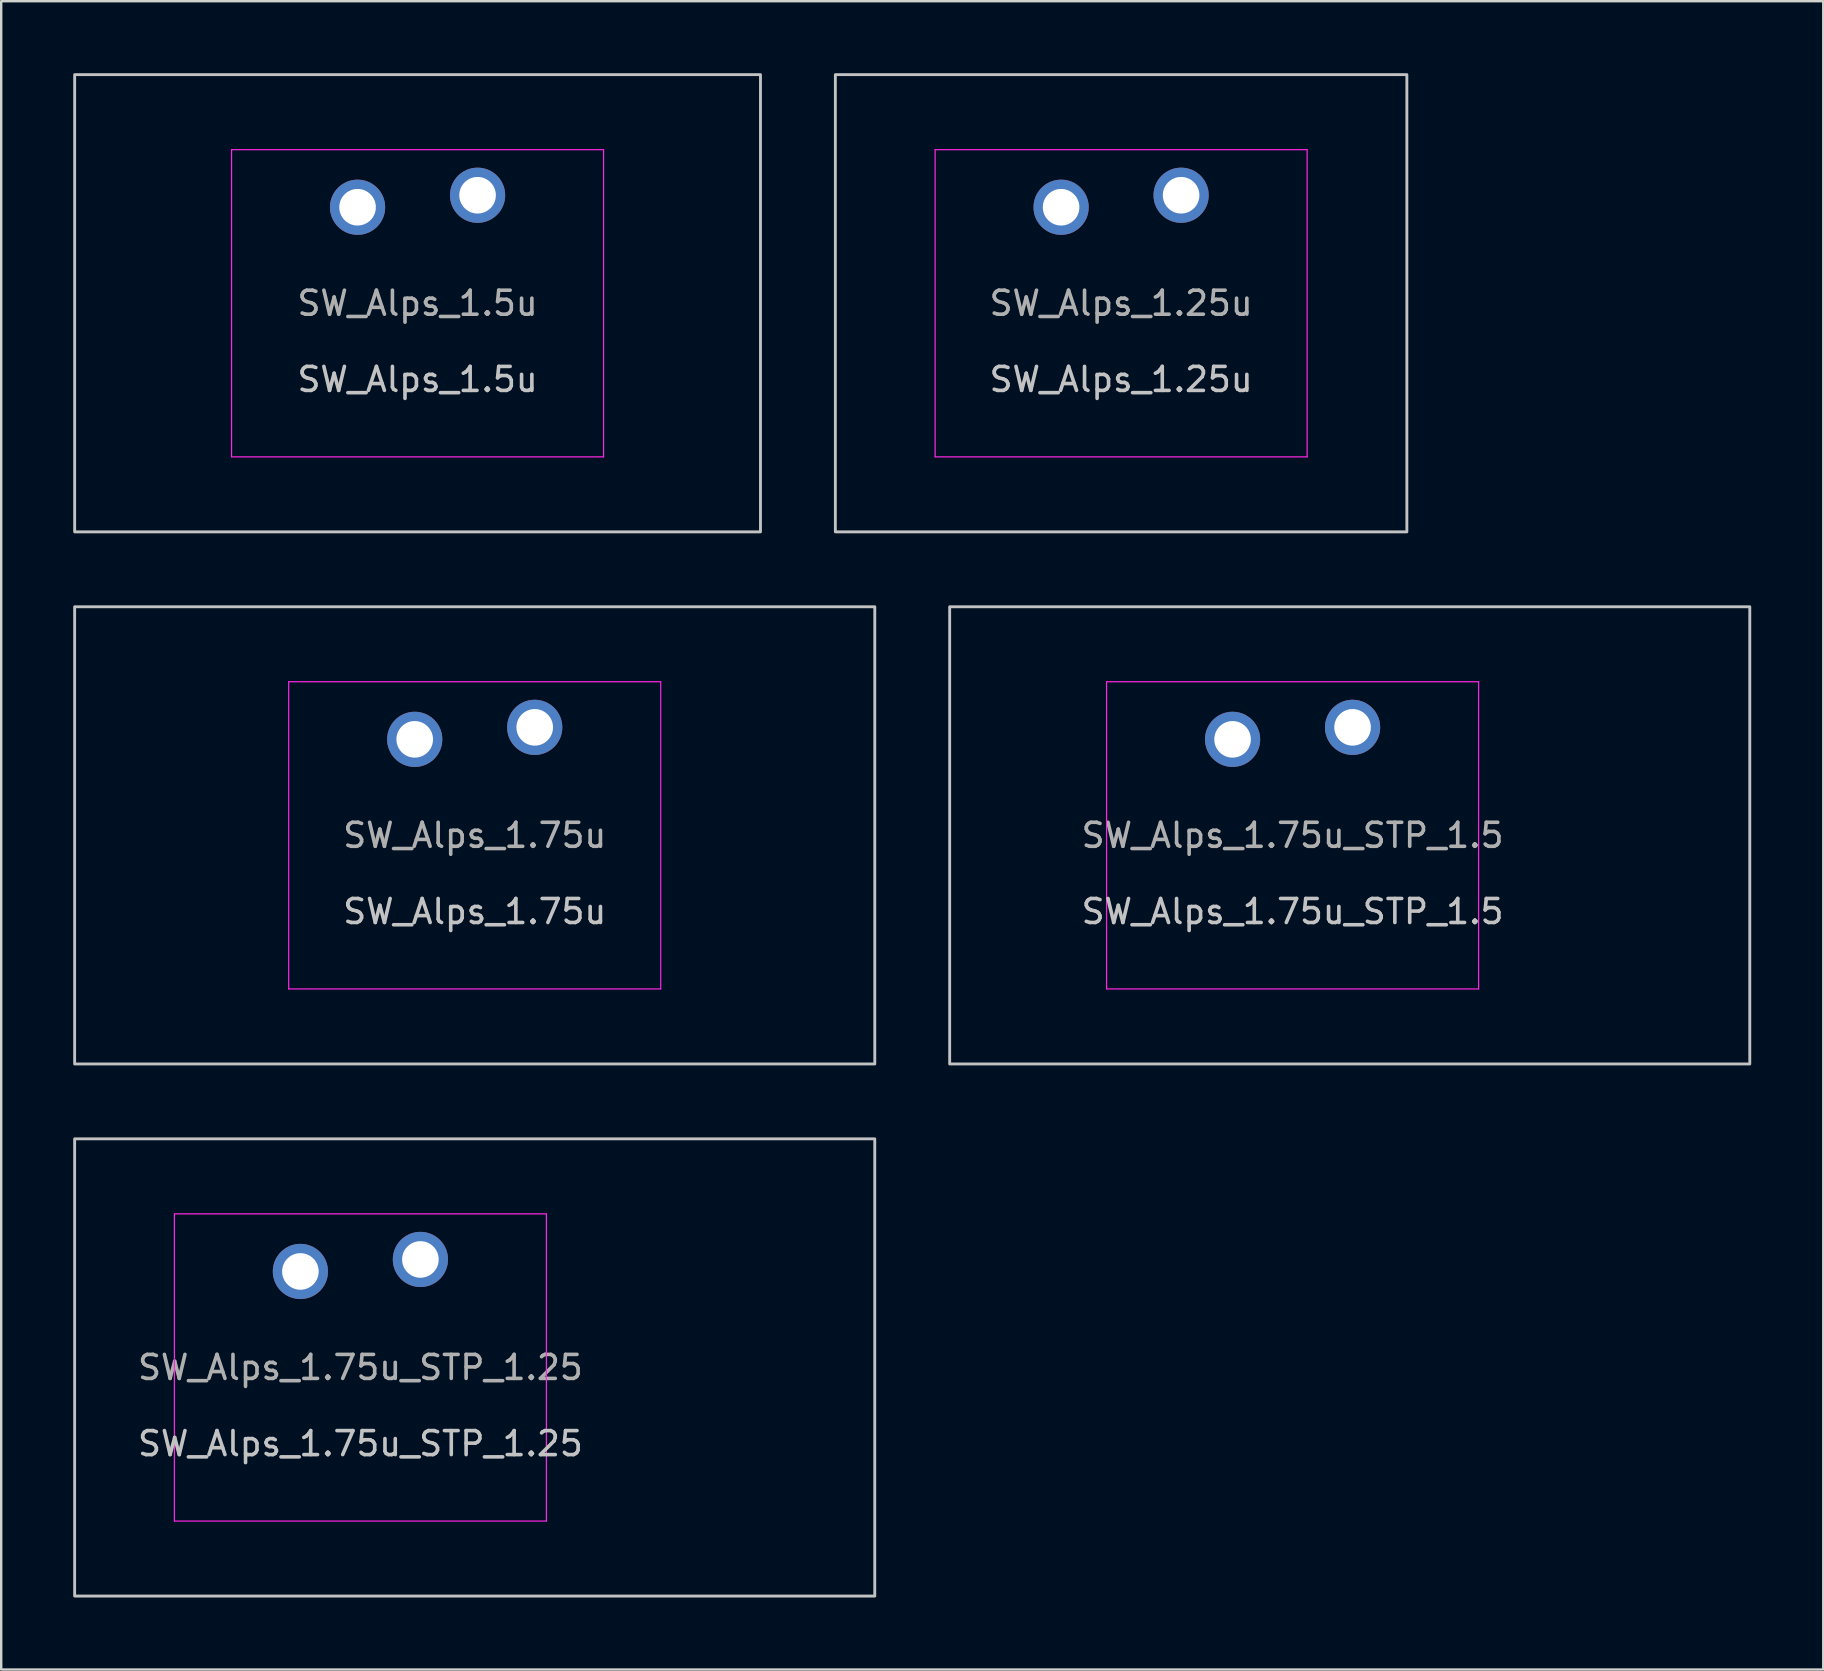
<source format=kicad_pcb>
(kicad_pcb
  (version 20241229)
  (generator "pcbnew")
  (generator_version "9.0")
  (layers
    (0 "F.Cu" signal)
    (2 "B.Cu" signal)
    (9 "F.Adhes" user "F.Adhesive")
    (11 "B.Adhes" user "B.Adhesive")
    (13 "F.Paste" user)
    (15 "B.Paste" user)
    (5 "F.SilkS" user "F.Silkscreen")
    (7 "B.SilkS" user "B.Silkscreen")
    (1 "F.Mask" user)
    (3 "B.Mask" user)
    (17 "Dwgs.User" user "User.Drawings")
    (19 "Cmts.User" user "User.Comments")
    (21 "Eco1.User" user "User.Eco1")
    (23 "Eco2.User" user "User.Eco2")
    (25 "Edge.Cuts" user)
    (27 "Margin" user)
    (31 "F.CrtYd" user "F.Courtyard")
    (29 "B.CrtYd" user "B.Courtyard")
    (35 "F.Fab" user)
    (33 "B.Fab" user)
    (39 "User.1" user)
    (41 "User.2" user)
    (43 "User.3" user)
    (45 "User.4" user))
  (footprint "SW_Alps_1.25u"
    (layer "F.Cu")
    (at 43.661 9.585)
    (property "Reference" "SW_Alps_1.25u" (at 0 3.175 0) (layer "Dwgs.User") (effects (font (size 1 1) (thickness 0.15))))
    (attr through_hole exclude_from_pos_files exclude_from_bom)
    (fp_rect (start -11.906 -9.525) (end 11.906 9.525) (stroke (width 0.12) (type solid)) (fill no) (layer "Dwgs.User"))
    (fp_line (start -7.75 -5.9) (end -7.75 5.9) (stroke (width 0.05) (type solid)) (layer "Eco2.User"))
    (fp_line (start -7.25 -6.4) (end 7.25 -6.4) (stroke (width 0.05) (type solid)) (layer "Eco2.User"))
    (fp_line (start -7.25 6.4) (end 7.25 6.4) (stroke (width 0.05) (type solid)) (layer "Eco2.User"))
    (fp_line (start 7.75 -5.9) (end 7.75 5.9) (stroke (width 0.05) (type solid)) (layer "Eco2.User"))
    (fp_arc (start -7.75 -5.9) (mid -7.603553 -6.253553) (end -7.25 -6.4) (stroke (width 0.05) (type solid)) (layer "Eco2.User"))
    (fp_arc (start -7.25 6.4) (mid -7.603553 6.253553) (end -7.75 5.9) (stroke (width 0.05) (type solid)) (layer "Eco2.User"))
    (fp_arc (start 7.25 -6.4) (mid 7.603553 -6.253553) (end 7.75 -5.9) (stroke (width 0.05) (type solid)) (layer "Eco2.User"))
    (fp_arc (start 7.75 5.9) (mid 7.603553 6.253553) (end 7.25 6.4) (stroke (width 0.05) (type solid)) (layer "Eco2.User"))
    (fp_line (start -7.75 -6.4) (end -7.75 6.4) (stroke (width 0.05) (type solid)) (layer "F.CrtYd"))
    (fp_line (start -7.75 6.4) (end 7.75 6.4) (stroke (width 0.05) (type solid)) (layer "F.CrtYd"))
    (fp_line (start 7.75 -6.4) (end -7.75 -6.4) (stroke (width 0.05) (type solid)) (layer "F.CrtYd"))
    (fp_line (start 7.75 6.4) (end 7.75 -6.4) (stroke (width 0.05) (type solid)) (layer "F.CrtYd"))
    (fp_text user "${REFERENCE}" (at 0 0 0) (layer "F.Fab") (effects (font (size 1 1) (thickness 0.15))))
    (pad "1" thru_hole circle (at -2.5 -4 318.1) (size 2.3 2.3) (drill 1.524) (layers "*.Cu" "B.Mask"))
    (pad "2" thru_hole circle (at 2.5 -4.5 176.1) (size 2.3 2.3) (drill 1.524) (layers "*.Cu" "B.Mask")))
  (footprint "SW_Alps_1.5u"
    (layer "F.Cu")
    (at 14.348 9.585)
    (property "Reference" "SW_Alps_1.5u" (at 0 3.175 0) (layer "Dwgs.User") (effects (font (size 1 1) (thickness 0.15))))
    (attr through_hole exclude_from_pos_files exclude_from_bom)
    (fp_rect (start -14.287 -9.525) (end 14.287 9.525) (stroke (width 0.12) (type solid)) (fill no) (layer "Dwgs.User"))
    (fp_line (start -7.75 -5.9) (end -7.75 5.9) (stroke (width 0.05) (type solid)) (layer "Eco2.User"))
    (fp_line (start -7.25 -6.4) (end 7.25 -6.4) (stroke (width 0.05) (type solid)) (layer "Eco2.User"))
    (fp_line (start -7.25 6.4) (end 7.25 6.4) (stroke (width 0.05) (type solid)) (layer "Eco2.User"))
    (fp_line (start 7.75 -5.9) (end 7.75 5.9) (stroke (width 0.05) (type solid)) (layer "Eco2.User"))
    (fp_arc (start -7.75 -5.9) (mid -7.603553 -6.253553) (end -7.25 -6.4) (stroke (width 0.05) (type solid)) (layer "Eco2.User"))
    (fp_arc (start -7.25 6.4) (mid -7.603553 6.253553) (end -7.75 5.9) (stroke (width 0.05) (type solid)) (layer "Eco2.User"))
    (fp_arc (start 7.25 -6.4) (mid 7.603553 -6.253553) (end 7.75 -5.9) (stroke (width 0.05) (type solid)) (layer "Eco2.User"))
    (fp_arc (start 7.75 5.9) (mid 7.603553 6.253553) (end 7.25 6.4) (stroke (width 0.05) (type solid)) (layer "Eco2.User"))
    (fp_line (start -7.75 -6.4) (end -7.75 6.4) (stroke (width 0.05) (type solid)) (layer "F.CrtYd"))
    (fp_line (start -7.75 6.4) (end 7.75 6.4) (stroke (width 0.05) (type solid)) (layer "F.CrtYd"))
    (fp_line (start 7.75 -6.4) (end -7.75 -6.4) (stroke (width 0.05) (type solid)) (layer "F.CrtYd"))
    (fp_line (start 7.75 6.4) (end 7.75 -6.4) (stroke (width 0.05) (type solid)) (layer "F.CrtYd"))
    (fp_text user "${REFERENCE}" (at 0 0 0) (layer "F.Fab") (effects (font (size 1 1) (thickness 0.15))))
    (pad "1" thru_hole circle (at -2.5 -4 318.1) (size 2.3 2.3) (drill 1.524) (layers "*.Cu" "B.Mask"))
    (pad "2" thru_hole circle (at 2.5 -4.5 176.1) (size 2.3 2.3) (drill 1.524) (layers "*.Cu" "B.Mask")))
  (footprint "SW_Alps_1.75u_STP_1.25"
    (layer "F.Cu")
    (at 11.966 53.925)
    (property "Reference" "SW_Alps_1.75u_STP_1.25" (at 0 3.175 0) (layer "Dwgs.User") (effects (font (size 1 1) (thickness 0.15))))
    (attr through_hole exclude_from_pos_files exclude_from_bom)
    (fp_rect (start -11.906 -9.525) (end 21.431 9.525) (stroke (width 0.12) (type solid)) (fill no) (layer "Dwgs.User"))
    (fp_line (start -7.75 -5.9) (end -7.75 5.9) (stroke (width 0.05) (type solid)) (layer "Eco2.User"))
    (fp_line (start -7.25 -6.4) (end 7.25 -6.4) (stroke (width 0.05) (type solid)) (layer "Eco2.User"))
    (fp_line (start -7.25 6.4) (end 7.25 6.4) (stroke (width 0.05) (type solid)) (layer "Eco2.User"))
    (fp_line (start 7.75 -5.9) (end 7.75 5.9) (stroke (width 0.05) (type solid)) (layer "Eco2.User"))
    (fp_arc (start -7.75 -5.9) (mid -7.603553 -6.253553) (end -7.25 -6.4) (stroke (width 0.05) (type solid)) (layer "Eco2.User"))
    (fp_arc (start -7.25 6.4) (mid -7.603553 6.253553) (end -7.75 5.9) (stroke (width 0.05) (type solid)) (layer "Eco2.User"))
    (fp_arc (start 7.25 -6.4) (mid 7.603553 -6.253553) (end 7.75 -5.9) (stroke (width 0.05) (type solid)) (layer "Eco2.User"))
    (fp_arc (start 7.75 5.9) (mid 7.603553 6.253553) (end 7.25 6.4) (stroke (width 0.05) (type solid)) (layer "Eco2.User"))
    (fp_line (start -7.75 -6.4) (end -7.75 6.4) (stroke (width 0.05) (type solid)) (layer "F.CrtYd"))
    (fp_line (start -7.75 6.4) (end 7.75 6.4) (stroke (width 0.05) (type solid)) (layer "F.CrtYd"))
    (fp_line (start 7.75 -6.4) (end -7.75 -6.4) (stroke (width 0.05) (type solid)) (layer "F.CrtYd"))
    (fp_line (start 7.75 6.4) (end 7.75 -6.4) (stroke (width 0.05) (type solid)) (layer "F.CrtYd"))
    (fp_text user "${REFERENCE}" (at 0 0 0) (layer "F.Fab") (effects (font (size 1 1) (thickness 0.15))))
    (pad "1" thru_hole circle (at -2.5 -4 318.1) (size 2.3 2.3) (drill 1.524) (layers "*.Cu" "B.Mask"))
    (pad "2" thru_hole circle (at 2.5 -4.5 176.1) (size 2.3 2.3) (drill 1.524) (layers "*.Cu" "B.Mask")))
  (footprint "SW_Alps_1.75u_STP_1.5"
    (layer "F.Cu")
    (at 50.805 31.755)
    (property "Reference" "SW_Alps_1.75u_STP_1.5" (at 0 3.175 0) (layer "Dwgs.User") (effects (font (size 1 1) (thickness 0.15))))
    (attr through_hole exclude_from_pos_files exclude_from_bom)
    (fp_rect (start -14.287 -9.525) (end 19.05 9.525) (stroke (width 0.12) (type solid)) (fill no) (layer "Dwgs.User"))
    (fp_line (start -7.75 -5.9) (end -7.75 5.9) (stroke (width 0.05) (type solid)) (layer "Eco2.User"))
    (fp_line (start -7.25 -6.4) (end 7.25 -6.4) (stroke (width 0.05) (type solid)) (layer "Eco2.User"))
    (fp_line (start -7.25 6.4) (end 7.25 6.4) (stroke (width 0.05) (type solid)) (layer "Eco2.User"))
    (fp_line (start 7.75 -5.9) (end 7.75 5.9) (stroke (width 0.05) (type solid)) (layer "Eco2.User"))
    (fp_arc (start -7.75 -5.9) (mid -7.603553 -6.253553) (end -7.25 -6.4) (stroke (width 0.05) (type solid)) (layer "Eco2.User"))
    (fp_arc (start -7.25 6.4) (mid -7.603553 6.253553) (end -7.75 5.9) (stroke (width 0.05) (type solid)) (layer "Eco2.User"))
    (fp_arc (start 7.25 -6.4) (mid 7.603553 -6.253553) (end 7.75 -5.9) (stroke (width 0.05) (type solid)) (layer "Eco2.User"))
    (fp_arc (start 7.75 5.9) (mid 7.603553 6.253553) (end 7.25 6.4) (stroke (width 0.05) (type solid)) (layer "Eco2.User"))
    (fp_line (start -7.75 -6.4) (end -7.75 6.4) (stroke (width 0.05) (type solid)) (layer "F.CrtYd"))
    (fp_line (start -7.75 6.4) (end 7.75 6.4) (stroke (width 0.05) (type solid)) (layer "F.CrtYd"))
    (fp_line (start 7.75 -6.4) (end -7.75 -6.4) (stroke (width 0.05) (type solid)) (layer "F.CrtYd"))
    (fp_line (start 7.75 6.4) (end 7.75 -6.4) (stroke (width 0.05) (type solid)) (layer "F.CrtYd"))
    (fp_text user "${REFERENCE}" (at 0 0 0) (layer "F.Fab") (effects (font (size 1 1) (thickness 0.15))))
    (pad "1" thru_hole circle (at -2.5 -4 318.1) (size 2.3 2.3) (drill 1.524) (layers "*.Cu" "B.Mask"))
    (pad "2" thru_hole circle (at 2.5 -4.5 176.1) (size 2.3 2.3) (drill 1.524) (layers "*.Cu" "B.Mask")))
  (footprint "SW_Alps_1.75u"
    (layer "F.Cu")
    (at 16.729 31.755)
    (property "Reference" "SW_Alps_1.75u" (at 0 3.175 0) (layer "Dwgs.User") (effects (font (size 1 1) (thickness 0.15))))
    (attr through_hole exclude_from_pos_files exclude_from_bom)
    (fp_rect (start -16.669 -9.525) (end 16.669 9.525) (stroke (width 0.12) (type solid)) (fill no) (layer "Dwgs.User"))
    (fp_line (start -7.75 -5.9) (end -7.75 5.9) (stroke (width 0.05) (type solid)) (layer "Eco2.User"))
    (fp_line (start -7.25 -6.4) (end 7.25 -6.4) (stroke (width 0.05) (type solid)) (layer "Eco2.User"))
    (fp_line (start -7.25 6.4) (end 7.25 6.4) (stroke (width 0.05) (type solid)) (layer "Eco2.User"))
    (fp_line (start 7.75 -5.9) (end 7.75 5.9) (stroke (width 0.05) (type solid)) (layer "Eco2.User"))
    (fp_arc (start -7.75 -5.9) (mid -7.603553 -6.253553) (end -7.25 -6.4) (stroke (width 0.05) (type solid)) (layer "Eco2.User"))
    (fp_arc (start -7.25 6.4) (mid -7.603553 6.253553) (end -7.75 5.9) (stroke (width 0.05) (type solid)) (layer "Eco2.User"))
    (fp_arc (start 7.25 -6.4) (mid 7.603553 -6.253553) (end 7.75 -5.9) (stroke (width 0.05) (type solid)) (layer "Eco2.User"))
    (fp_arc (start 7.75 5.9) (mid 7.603553 6.253553) (end 7.25 6.4) (stroke (width 0.05) (type solid)) (layer "Eco2.User"))
    (fp_line (start -7.75 -6.4) (end -7.75 6.4) (stroke (width 0.05) (type solid)) (layer "F.CrtYd"))
    (fp_line (start -7.75 6.4) (end 7.75 6.4) (stroke (width 0.05) (type solid)) (layer "F.CrtYd"))
    (fp_line (start 7.75 -6.4) (end -7.75 -6.4) (stroke (width 0.05) (type solid)) (layer "F.CrtYd"))
    (fp_line (start 7.75 6.4) (end 7.75 -6.4) (stroke (width 0.05) (type solid)) (layer "F.CrtYd"))
    (fp_text user "${REFERENCE}" (at 0 0 0) (layer "F.Fab") (effects (font (size 1 1) (thickness 0.15))))
    (pad "1" thru_hole circle (at -2.5 -4 318.1) (size 2.3 2.3) (drill 1.524) (layers "*.Cu" "B.Mask"))
    (pad "2" thru_hole circle (at 2.5 -4.5 176.1) (size 2.3 2.3) (drill 1.524) (layers "*.Cu" "B.Mask")))
  (gr_rect
    (start -3 -3)
    (end 72.915 66.51)
    (stroke (width 0.1) (type default))
    (fill no)
    (layer "Edge.Cuts")))
</source>
